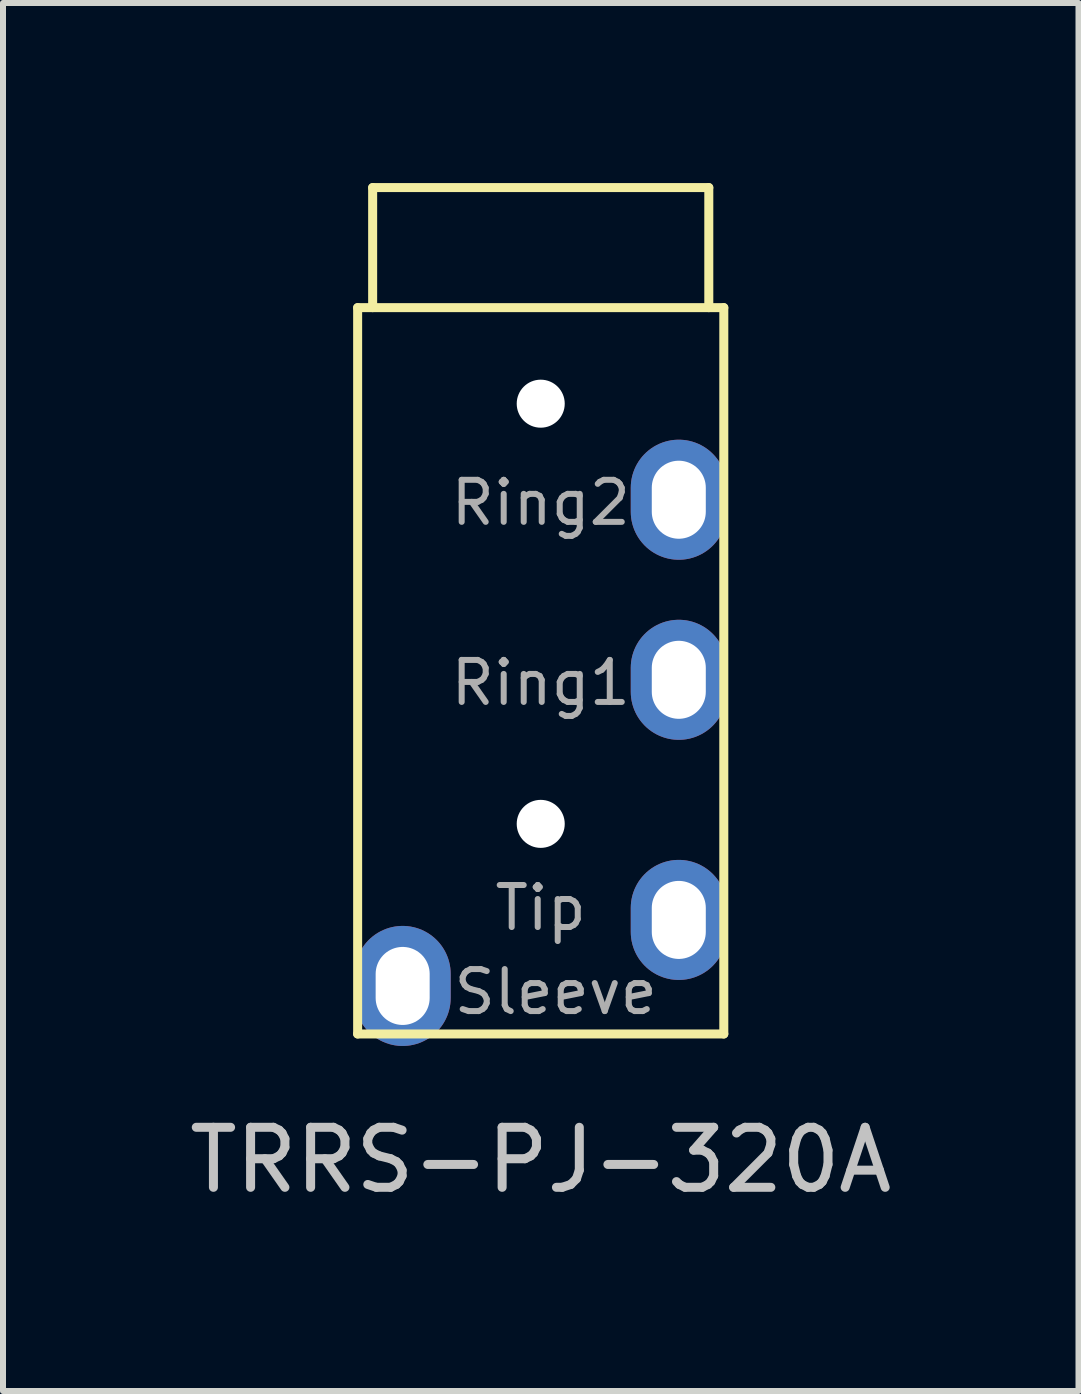
<source format=kicad_pcb>
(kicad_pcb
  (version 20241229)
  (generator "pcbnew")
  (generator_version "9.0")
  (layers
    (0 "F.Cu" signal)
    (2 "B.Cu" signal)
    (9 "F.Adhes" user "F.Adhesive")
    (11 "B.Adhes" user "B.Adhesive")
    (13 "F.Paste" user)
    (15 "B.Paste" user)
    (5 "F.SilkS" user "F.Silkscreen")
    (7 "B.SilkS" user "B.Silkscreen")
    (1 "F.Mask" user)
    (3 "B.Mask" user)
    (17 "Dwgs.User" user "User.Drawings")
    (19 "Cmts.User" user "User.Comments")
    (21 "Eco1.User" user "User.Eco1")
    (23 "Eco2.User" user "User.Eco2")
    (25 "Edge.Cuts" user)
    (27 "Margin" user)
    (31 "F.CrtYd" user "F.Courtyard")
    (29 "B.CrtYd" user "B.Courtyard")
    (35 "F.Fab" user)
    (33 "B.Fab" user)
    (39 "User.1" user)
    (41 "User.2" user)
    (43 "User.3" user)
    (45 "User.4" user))
  (footprint "TRRS-PJ-320A"
    (layer "F.Cu")
    (at 5.958 2.075)
    (property "Reference" "TRRS-PJ-320A" (at 0 14.2 0) (layer "Dwgs.User") (effects (font (size 1 1) (thickness 0.15))))
    (attr through_hole)
    (fp_line (start -3.05 0) (end -3.05 12.1) (stroke (width 0.15) (type solid)) (layer "F.SilkS"))
    (fp_line (start -2.8 0) (end -2.8 -2) (stroke (width 0.15) (type solid)) (layer "F.SilkS"))
    (fp_line (start 2.8 -2) (end -2.8 -2) (stroke (width 0.15) (type solid)) (layer "F.SilkS"))
    (fp_line (start 2.8 0) (end 2.8 -2) (stroke (width 0.15) (type solid)) (layer "F.SilkS"))
    (fp_line (start 3.05 0) (end -3.05 0) (stroke (width 0.15) (type solid)) (layer "F.SilkS"))
    (fp_line (start 3.05 0) (end 3.05 12.1) (stroke (width 0.15) (type solid)) (layer "F.SilkS"))
    (fp_line (start 3.05 12.1) (end -3.05 12.1) (stroke (width 0.15) (type solid)) (layer "F.SilkS"))
    (fp_text user "Tip" (at 0 10 0) (layer "F.Fab") (effects (font (size 0.7 0.7) (thickness 0.1))))
    (fp_text user "Sleeve" (at 0.25 11.4 0) (layer "F.Fab") (effects (font (size 0.7 0.7) (thickness 0.1))))
    (fp_text user "Ring1" (at 0 6.25 0) (layer "F.Fab") (effects (font (size 0.7 0.7) (thickness 0.1))))
    (fp_text user "Ring2" (at 0 3.25 0) (layer "F.Fab") (effects (font (size 0.7 0.7) (thickness 0.1))))
    (pad "" np_thru_hole circle (at 0 1.6) (size 0.8 0.8) (drill 0.8) (layers "*.Cu" "*.Mask"))
    (pad "" np_thru_hole circle (at 0 8.6) (size 0.8 0.8) (drill 0.8) (layers "*.Cu" "*.Mask"))
    (pad "1" thru_hole oval (at -2.3 11.3) (size 1.6 2) (drill oval 0.9 1.3) (layers "*.Cu" "*.Mask"))
    (pad "2" thru_hole oval (at 2.3 10.2) (size 1.6 2) (drill oval 0.9 1.3) (layers "*.Cu" "*.Mask"))
    (pad "3" thru_hole oval (at 2.3 6.2) (size 1.6 2) (drill oval 0.9 1.3) (layers "*.Cu" "*.Mask"))
    (pad "4" thru_hole oval (at 2.3 3.2) (size 1.6 2) (drill oval 0.9 1.3) (layers "*.Cu" "*.Mask")))
  (gr_rect
    (start -3 -3)
    (end 14.917 20.123)
    (stroke (width 0.1) (type default))
    (fill no)
    (layer "Edge.Cuts")))
</source>
